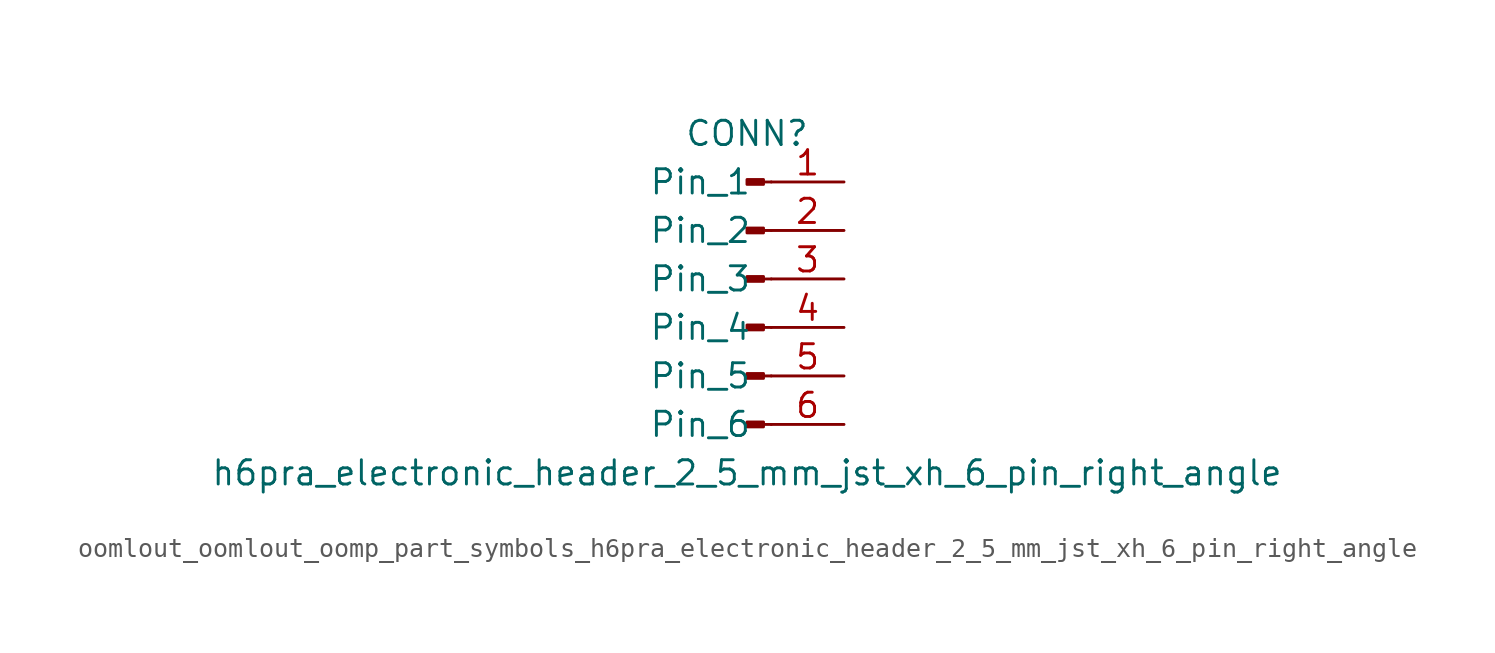
<source format=kicad_sym>
(kicad_symbol_lib
  (version 20220914)
  (generator kicad_symbol_editor)
  (symbol "oomlout_oomlout_oomp_part_symbols_h6pra_electronic_header_2_5_mm_jst_xh_6_pin_right_angle"
    (pin_names
      (offset 1.016))
    (property "Reference" "CONN"
      (at 0 7.62 0)
      (effects (font (size 1.27 1.27))))
    (property "Value" "h6pra_electronic_header_2_5_mm_jst_xh_6_pin_right_angle"
      (at 0 -10.16 0)
      (effects (font (size 1.27 1.27))))
    (property "ki_locked" ""
      (at 0 0 0)
      (effects (font (size 1.27 1.27))))
    (symbol "oomlout_oomlout_oomp_part_symbols_h6pra_electronic_header_2_5_mm_jst_xh_6_pin_right_angle_1_1"
      (polyline (pts (xy 1.27 -7.62) (xy 0.864 -7.62)) (stroke (width 0.152) (type default)) (fill (type none)))
      (polyline (pts (xy 1.27 -5.08) (xy 0.864 -5.08)) (stroke (width 0.152) (type default)) (fill (type none)))
      (polyline (pts (xy 1.27 -2.54) (xy 0.864 -2.54)) (stroke (width 0.152) (type default)) (fill (type none)))
      (polyline (pts (xy 1.27 0) (xy 0.864 0)) (stroke (width 0.152) (type default)) (fill (type none)))
      (polyline (pts (xy 1.27 2.54) (xy 0.864 2.54)) (stroke (width 0.152) (type default)) (fill (type none)))
      (polyline (pts (xy 1.27 5.08) (xy 0.864 5.08)) (stroke (width 0.152) (type default)) (fill (type none)))
      (rectangle (start 0.864 -7.493) (end 0 -7.747) (stroke (width 0.152) (type default)) (fill (type outline)))
      (rectangle (start 0.864 -4.953) (end 0 -5.207) (stroke (width 0.152) (type default)) (fill (type outline)))
      (rectangle (start 0.864 -2.413) (end 0 -2.667) (stroke (width 0.152) (type default)) (fill (type outline)))
      (rectangle (start 0.864 0.127) (end 0 -0.127) (stroke (width 0.152) (type default)) (fill (type outline)))
      (rectangle (start 0.864 2.667) (end 0 2.413) (stroke (width 0.152) (type default)) (fill (type outline)))
      (rectangle (start 0.864 5.207) (end 0 4.953) (stroke (width 0.152) (type default)) (fill (type outline)))
      (pin passive line (at 5.08 5.08 180) (length 3.81) (name "Pin_1" (effects (font (size 1.27 1.27)))) (number "1" (effects (font (size 1.27 1.27)))))
      (pin passive line (at 5.08 2.54 180) (length 3.81) (name "Pin_2" (effects (font (size 1.27 1.27)))) (number "2" (effects (font (size 1.27 1.27)))))
      (pin passive line (at 5.08 0 180) (length 3.81) (name "Pin_3" (effects (font (size 1.27 1.27)))) (number "3" (effects (font (size 1.27 1.27)))))
      (pin passive line (at 5.08 -2.54 180) (length 3.81) (name "Pin_4" (effects (font (size 1.27 1.27)))) (number "4" (effects (font (size 1.27 1.27)))))
      (pin passive line (at 5.08 -5.08 180) (length 3.81) (name "Pin_5" (effects (font (size 1.27 1.27)))) (number "5" (effects (font (size 1.27 1.27)))))
      (pin passive line (at 5.08 -7.62 180) (length 3.81) (name "Pin_6" (effects (font (size 1.27 1.27)))) (number "6" (effects (font (size 1.27 1.27))))))))
</source>
